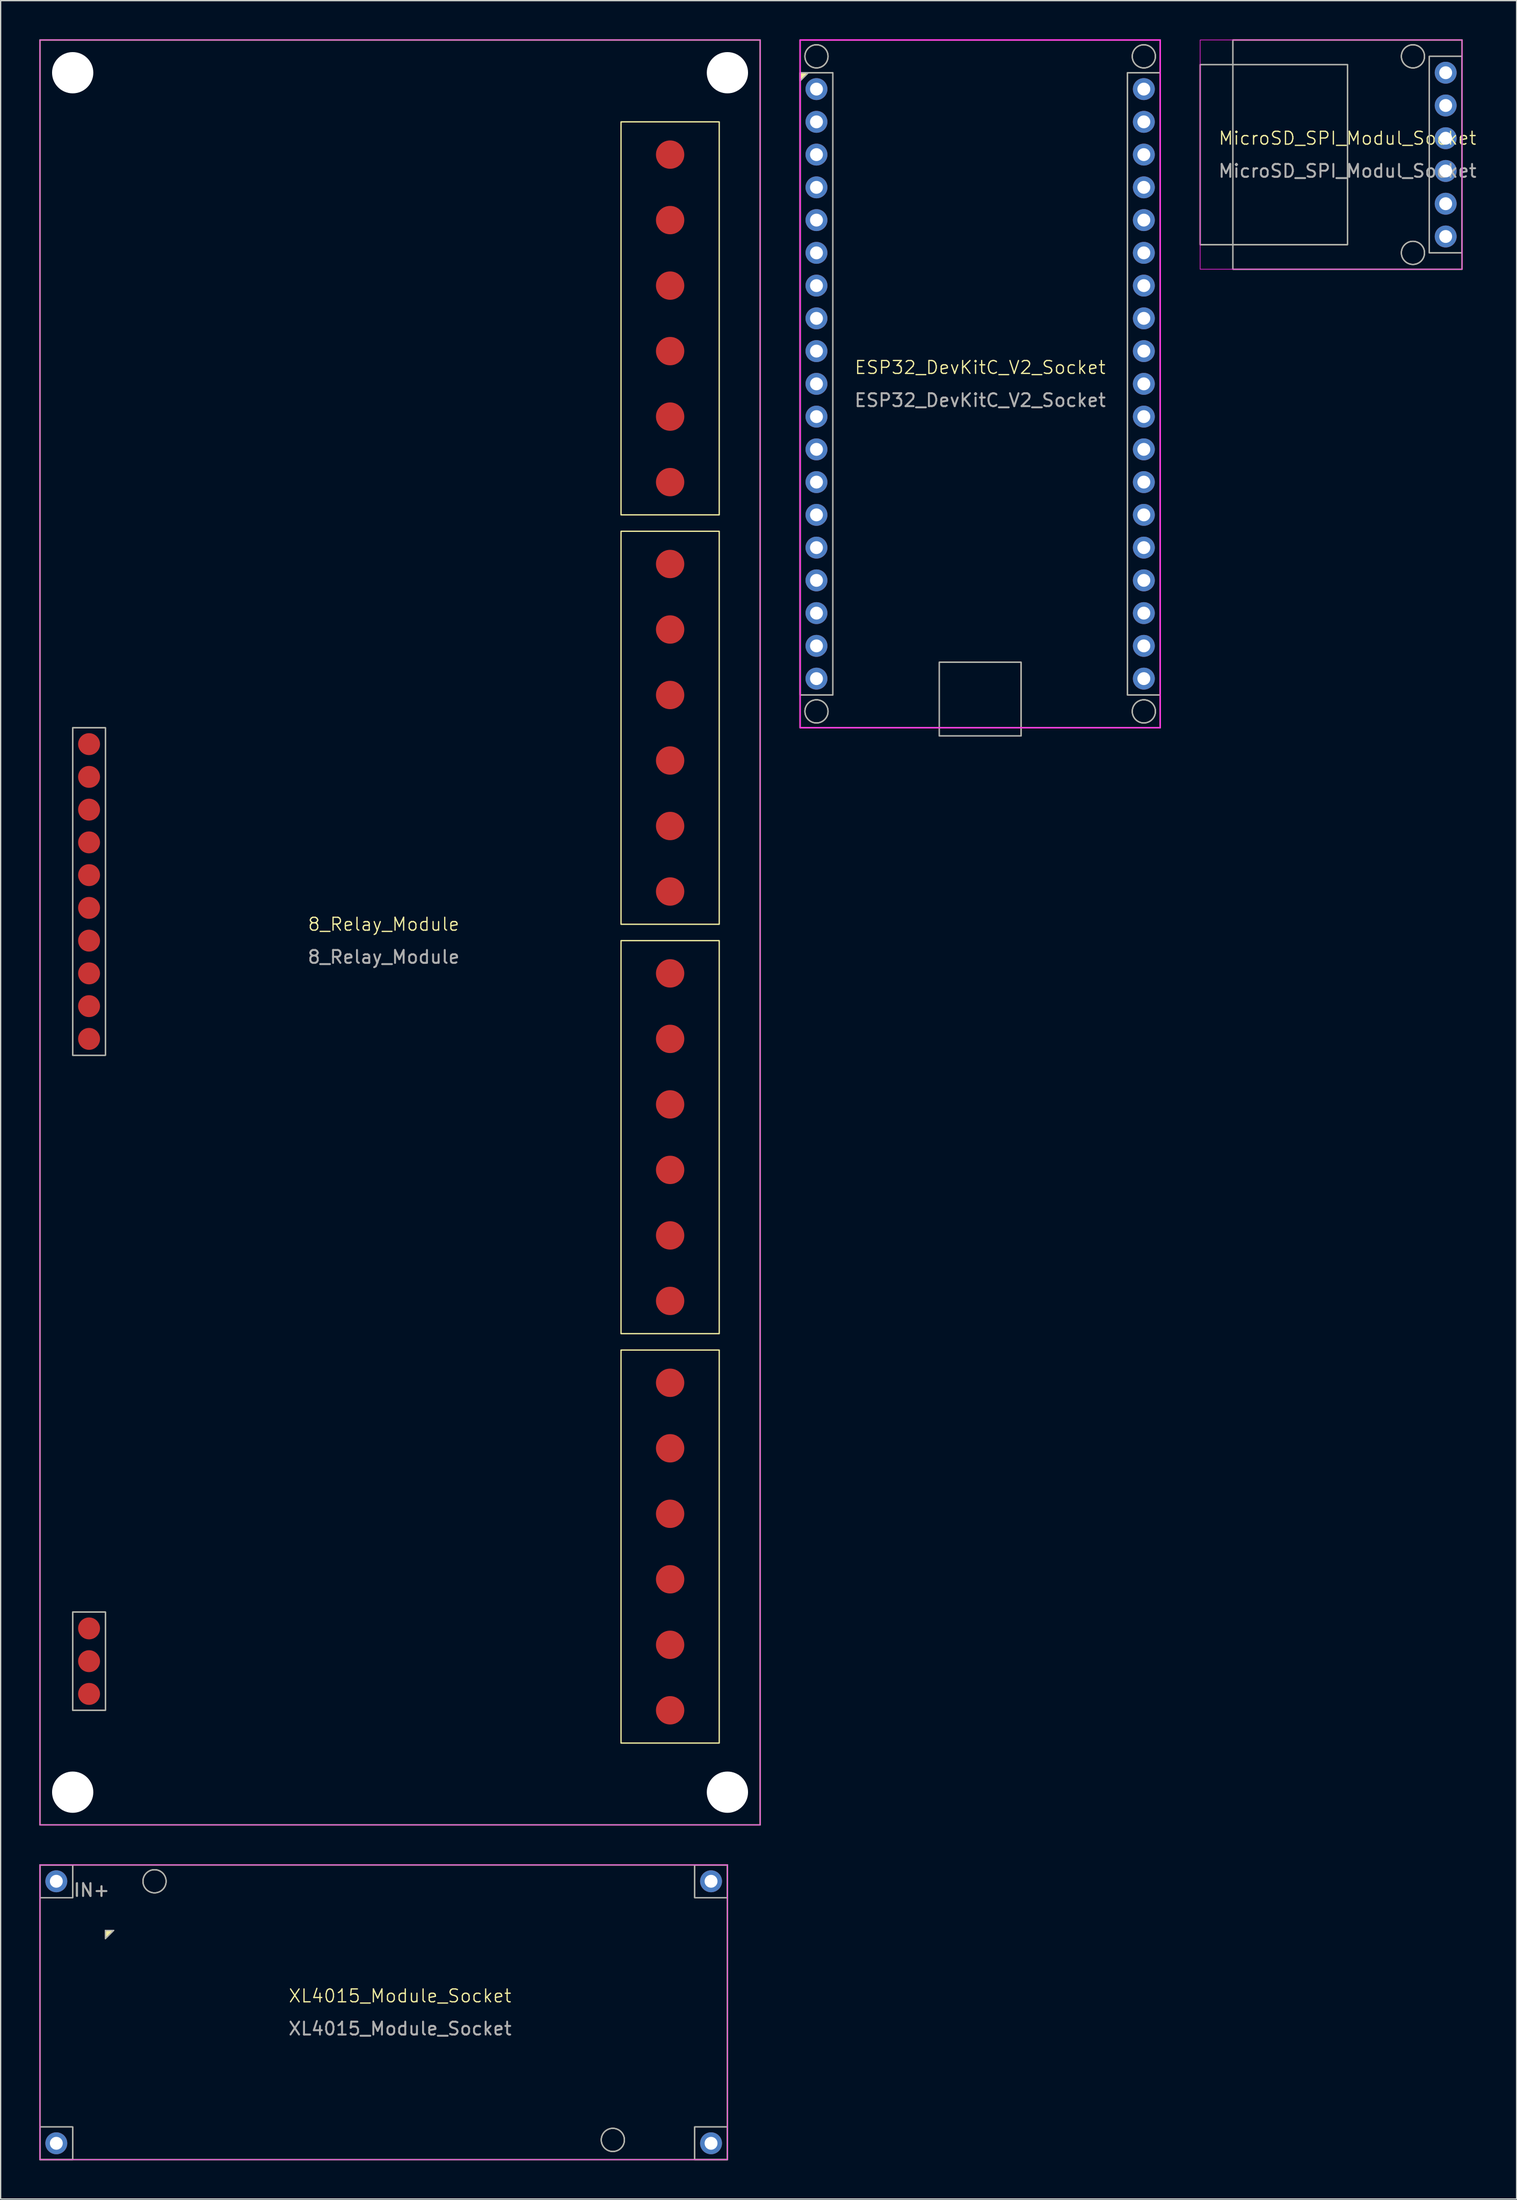
<source format=kicad_pcb>
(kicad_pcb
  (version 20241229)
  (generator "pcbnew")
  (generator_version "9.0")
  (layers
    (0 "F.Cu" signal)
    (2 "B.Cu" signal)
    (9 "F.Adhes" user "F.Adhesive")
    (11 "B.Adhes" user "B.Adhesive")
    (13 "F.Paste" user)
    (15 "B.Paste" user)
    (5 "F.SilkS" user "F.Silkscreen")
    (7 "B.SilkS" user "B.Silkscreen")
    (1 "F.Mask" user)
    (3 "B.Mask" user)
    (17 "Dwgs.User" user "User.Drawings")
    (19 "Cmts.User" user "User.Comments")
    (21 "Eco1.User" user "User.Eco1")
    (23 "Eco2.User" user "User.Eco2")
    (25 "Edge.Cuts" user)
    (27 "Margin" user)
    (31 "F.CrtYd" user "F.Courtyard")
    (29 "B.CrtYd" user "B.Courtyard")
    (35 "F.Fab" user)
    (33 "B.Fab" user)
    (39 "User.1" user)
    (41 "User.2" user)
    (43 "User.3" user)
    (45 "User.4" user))
  (footprint "8_Relay_Module"
    (layer "F.Cu")
    (at 26.72 69.9)
    (property "Reference" "8_Relay_Module" (at 0 -1.27 0) (unlocked yes) (layer "F.SilkS") (effects (font (size 1 1) (thickness 0.1))))
    (attr through_hole)
    (fp_rect (start -26.67 -69.85) (end 29.21 68.58) (stroke (width 0.1) (type default)) (fill no) (layer "F.SilkS"))
    (fp_rect (start -24.13 -16.51) (end -21.59 8.89) (stroke (width 0.1) (type default)) (fill no) (layer "F.SilkS"))
    (fp_rect (start -24.13 52.07) (end -21.59 59.69) (stroke (width 0.1) (type default)) (fill no) (layer "F.SilkS"))
    (fp_rect (start 18.415 -63.5) (end 26.035 -33.02) (stroke (width 0.1) (type default)) (fill no) (layer "F.SilkS"))
    (fp_rect (start 18.415 -31.75) (end 26.035 -1.27) (stroke (width 0.1) (type default)) (fill no) (layer "F.SilkS"))
    (fp_rect (start 18.415 0) (end 26.035 30.48) (stroke (width 0.1) (type default)) (fill no) (layer "F.SilkS"))
    (fp_rect (start 18.415 31.75) (end 26.035 62.23) (stroke (width 0.1) (type default)) (fill no) (layer "F.SilkS"))
    (fp_rect (start -26.67 -69.85) (end 29.21 68.58) (stroke (width 0.05) (type default)) (fill no) (layer "F.CrtYd"))
    (fp_rect (start -26.67 -69.85) (end 29.21 68.58) (stroke (width 0.1) (type default)) (fill no) (layer "F.Fab"))
    (fp_rect (start -24.13 -16.51) (end -21.59 8.89) (stroke (width 0.1) (type default)) (fill no) (layer "F.Fab"))
    (fp_rect (start -24.13 52.07) (end -21.59 59.69) (stroke (width 0.1) (type default)) (fill no) (layer "F.Fab"))
    (fp_text user "${REFERENCE}" (at 0 1.27 0) (unlocked yes) (layer "F.Fab") (effects (font (size 1 1) (thickness 0.15))))
    (pad "" np_thru_hole circle (at -24.13 -67.31) (size 3.2 3.2) (drill 3.2) (layers "*.Cu" "*.Mask"))
    (pad "" np_thru_hole circle (at -24.13 66.04) (size 3.2 3.2) (drill 3.2) (layers "*.Cu" "*.Mask"))
    (pad "" np_thru_hole circle (at 26.67 -67.31) (size 3.2 3.2) (drill 3.2) (layers "*.Cu" "*.Mask"))
    (pad "" np_thru_hole circle (at 26.67 66.04) (size 3.2 3.2) (drill 3.2) (layers "*.Cu" "*.Mask"))
    (pad "1" connect circle (at -22.86 -15.24) (size 1.7 1.7) (layers "F.Cu" "F.Mask"))
    (pad "2" connect circle (at -22.86 -12.7) (size 1.7 1.7) (layers "F.Cu" "F.Mask"))
    (pad "3" connect circle (at -22.86 -10.16) (size 1.7 1.7) (layers "F.Cu" "F.Mask"))
    (pad "4" connect circle (at -22.86 -7.62) (size 1.7 1.7) (layers "F.Cu" "F.Mask"))
    (pad "5" connect circle (at -22.86 -5.08) (size 1.7 1.7) (layers "F.Cu" "F.Mask"))
    (pad "6" connect circle (at -22.86 -2.54) (size 1.7 1.7) (layers "F.Cu" "F.Mask"))
    (pad "7" connect circle (at -22.86 0) (size 1.7 1.7) (layers "F.Cu" "F.Mask"))
    (pad "8" connect circle (at -22.86 2.54) (size 1.7 1.7) (layers "F.Cu" "F.Mask"))
    (pad "9" connect circle (at -22.86 5.08) (size 1.7 1.7) (layers "F.Cu" "F.Mask"))
    (pad "10" connect circle (at -22.86 7.62) (size 1.7 1.7) (layers "F.Cu" "F.Mask"))
    (pad "11" connect circle (at 22.225 -60.96) (size 2.2 2.2) (layers "F.Cu" "F.Mask"))
    (pad "12" connect circle (at 22.225 -55.88) (size 2.2 2.2) (layers "F.Cu" "F.Mask"))
    (pad "13" connect circle (at 22.225 -50.8) (size 2.2 2.2) (layers "F.Cu" "F.Mask"))
    (pad "14" connect circle (at 22.225 -45.72) (size 2.2 2.2) (layers "F.Cu" "F.Mask"))
    (pad "15" connect circle (at 22.225 -40.64) (size 2.2 2.2) (layers "F.Cu" "F.Mask"))
    (pad "16" connect circle (at 22.225 -35.56) (size 2.2 2.2) (layers "F.Cu" "F.Mask"))
    (pad "17" connect circle (at 22.225 -29.21) (size 2.2 2.2) (layers "F.Cu" "F.Mask"))
    (pad "18" connect circle (at 22.225 -24.13) (size 2.2 2.2) (layers "F.Cu" "F.Mask"))
    (pad "19" connect circle (at 22.225 -19.05) (size 2.2 2.2) (layers "F.Cu" "F.Mask"))
    (pad "20" connect circle (at 22.225 -13.97) (size 2.2 2.2) (layers "F.Cu" "F.Mask"))
    (pad "21" connect circle (at 22.225 -8.89) (size 2.2 2.2) (layers "F.Cu" "F.Mask"))
    (pad "22" connect circle (at 22.225 -3.81) (size 2.2 2.2) (layers "F.Cu" "F.Mask"))
    (pad "23" connect circle (at 22.225 2.54) (size 2.2 2.2) (layers "F.Cu" "F.Mask"))
    (pad "24" connect circle (at 22.225 7.62) (size 2.2 2.2) (layers "F.Cu" "F.Mask"))
    (pad "25" connect circle (at 22.225 12.7) (size 2.2 2.2) (layers "F.Cu" "F.Mask"))
    (pad "26" connect circle (at 22.225 17.78) (size 2.2 2.2) (layers "F.Cu" "F.Mask"))
    (pad "27" connect circle (at 22.225 22.86) (size 2.2 2.2) (layers "F.Cu" "F.Mask"))
    (pad "28" connect circle (at 22.225 27.94) (size 2.2 2.2) (layers "F.Cu" "F.Mask"))
    (pad "29" connect circle (at 22.225 34.29) (size 2.2 2.2) (layers "F.Cu" "F.Mask"))
    (pad "30" connect circle (at 22.225 39.37) (size 2.2 2.2) (layers "F.Cu" "F.Mask"))
    (pad "31" connect circle (at 22.225 44.45) (size 2.2 2.2) (layers "F.Cu" "F.Mask"))
    (pad "32" connect circle (at 22.225 49.53) (size 2.2 2.2) (layers "F.Cu" "F.Mask"))
    (pad "33" connect circle (at 22.225 54.61) (size 2.2 2.2) (layers "F.Cu" "F.Mask"))
    (pad "34" connect circle (at 22.225 59.69) (size 2.2 2.2) (layers "F.Cu" "F.Mask"))
    (pad "35" connect circle (at -22.86 53.34) (size 1.7 1.7) (layers "F.Cu" "F.Mask"))
    (pad "36" connect circle (at -22.86 55.88) (size 1.7 1.7) (layers "F.Cu" "F.Mask"))
    (pad "37" connect circle (at -22.86 58.42) (size 1.7 1.7) (layers "F.Cu" "F.Mask")))
  (footprint "ESP32_DevKitC_V2_Socket"
    (layer "F.Cu")
    (at 73 26.72)
    (property "Reference" "ESP32_DevKitC_V2_Socket" (at 0 -1.27 0) (unlocked yes) (layer "F.SilkS") (effects (font (size 1 1) (thickness 0.1))))
    (attr through_hole)
    (fp_rect (start -13.97 -26.67) (end 13.97 26.67) (stroke (width 0.1) (type default)) (fill no) (layer "F.SilkS"))
    (fp_rect (start -13.97 -24.13) (end -11.43 24.13) (stroke (width 0.1) (type default)) (fill no) (layer "F.SilkS"))
    (fp_rect (start -3.175 21.59) (end 3.175 27.305) (stroke (width 0.1) (type default)) (fill no) (layer "F.SilkS"))
    (fp_rect (start 11.43 -24.13) (end 13.97 24.13) (stroke (width 0.1) (type default)) (fill no) (layer "F.SilkS"))
    (fp_circle (center -12.7 -25.4) (end -12.065 -24.765) (stroke (width 0.1) (type default)) (fill no) (layer "F.SilkS"))
    (fp_circle (center -12.7 25.4) (end -12.065 26.035) (stroke (width 0.1) (type default)) (fill no) (layer "F.SilkS"))
    (fp_circle (center 12.7 -25.4) (end 13.335 -24.765) (stroke (width 0.1) (type default)) (fill no) (layer "F.SilkS"))
    (fp_circle (center 12.7 25.4) (end 13.335 26.035) (stroke (width 0.1) (type default)) (fill no) (layer "F.SilkS"))
    (fp_poly (pts (xy -13.97 -24.13) (xy -13.335 -24.13) (xy -13.97 -23.495)) (stroke (width 0.1) (type solid)) (fill yes) (layer "F.SilkS"))
    (fp_rect (start -13.97 -26.67) (end 13.97 26.67) (stroke (width 0.1) (type solid)) (fill no) (layer "F.CrtYd"))
    (fp_rect (start -13.97 -26.67) (end 13.97 26.67) (stroke (width 0.1) (type default)) (fill no) (layer "F.Fab"))
    (fp_rect (start -13.97 -24.13) (end -11.43 24.13) (stroke (width 0.1) (type default)) (fill no) (layer "F.Fab"))
    (fp_rect (start -3.175 21.59) (end 3.175 27.305) (stroke (width 0.1) (type default)) (fill no) (layer "F.Fab"))
    (fp_rect (start 11.43 -24.13) (end 13.97 24.13) (stroke (width 0.1) (type default)) (fill no) (layer "F.Fab"))
    (fp_circle (center -12.7 -25.4) (end -12.065 -24.765) (stroke (width 0.1) (type default)) (fill no) (layer "F.Fab"))
    (fp_circle (center -12.7 25.4) (end -12.065 26.035) (stroke (width 0.1) (type default)) (fill no) (layer "F.Fab"))
    (fp_circle (center 12.7 -25.4) (end 13.335 -24.765) (stroke (width 0.1) (type default)) (fill no) (layer "F.Fab"))
    (fp_circle (center 12.7 25.4) (end 13.335 26.035) (stroke (width 0.1) (type default)) (fill no) (layer "F.Fab"))
    (fp_poly (pts (xy -13.97 -24.13) (xy -13.335 -24.13) (xy -13.97 -23.495)) (stroke (width 0.1) (type solid)) (fill no) (layer "F.Fab"))
    (fp_text user "${REFERENCE}" (at 0 1.27 0) (unlocked yes) (layer "F.Fab") (effects (font (size 1 1) (thickness 0.15))))
    (pad "1" thru_hole circle (at -12.7 -22.86) (size 1.7 1.7) (drill 1) (layers "*.Cu" "*.Mask"))
    (pad "2" thru_hole circle (at -12.7 -20.32) (size 1.7 1.7) (drill 1) (layers "*.Cu" "*.Mask"))
    (pad "3" thru_hole circle (at -12.7 -17.78) (size 1.7 1.7) (drill 1) (layers "*.Cu" "*.Mask"))
    (pad "4" thru_hole circle (at -12.7 -15.24) (size 1.7 1.7) (drill 1) (layers "*.Cu" "*.Mask"))
    (pad "5" thru_hole circle (at -12.7 -12.7) (size 1.7 1.7) (drill 1) (layers "*.Cu" "*.Mask"))
    (pad "6" thru_hole circle (at -12.7 -10.16) (size 1.7 1.7) (drill 1) (layers "*.Cu" "*.Mask"))
    (pad "7" thru_hole circle (at -12.7 -7.62) (size 1.7 1.7) (drill 1) (layers "*.Cu" "*.Mask"))
    (pad "8" thru_hole circle (at -12.7 -5.08) (size 1.7 1.7) (drill 1) (layers "*.Cu" "*.Mask"))
    (pad "9" thru_hole circle (at -12.7 -2.54) (size 1.7 1.7) (drill 1) (layers "*.Cu" "*.Mask"))
    (pad "10" thru_hole circle (at -12.7 0) (size 1.7 1.7) (drill 1) (layers "*.Cu" "*.Mask"))
    (pad "11" thru_hole circle (at -12.7 2.54) (size 1.7 1.7) (drill 1) (layers "*.Cu" "*.Mask"))
    (pad "12" thru_hole circle (at -12.7 5.08) (size 1.7 1.7) (drill 1) (layers "*.Cu" "*.Mask"))
    (pad "13" thru_hole circle (at -12.7 7.62) (size 1.7 1.7) (drill 1) (layers "*.Cu" "*.Mask"))
    (pad "14" thru_hole circle (at -12.7 10.16) (size 1.7 1.7) (drill 1) (layers "*.Cu" "*.Mask"))
    (pad "15" thru_hole circle (at -12.7 12.7) (size 1.7 1.7) (drill 1) (layers "*.Cu" "*.Mask"))
    (pad "16" thru_hole circle (at -12.7 15.24) (size 1.7 1.7) (drill 1) (layers "*.Cu" "*.Mask"))
    (pad "17" thru_hole circle (at -12.7 17.78) (size 1.7 1.7) (drill 1) (layers "*.Cu" "*.Mask"))
    (pad "18" thru_hole circle (at -12.7 20.32) (size 1.7 1.7) (drill 1) (layers "*.Cu" "*.Mask"))
    (pad "19" thru_hole circle (at -12.7 22.86) (size 1.7 1.7) (drill 1) (layers "*.Cu" "*.Mask"))
    (pad "20" thru_hole circle (at 12.7 22.86) (size 1.7 1.7) (drill 1) (layers "*.Cu" "*.Mask"))
    (pad "21" thru_hole circle (at 12.7 20.32) (size 1.7 1.7) (drill 1) (layers "*.Cu" "*.Mask"))
    (pad "22" thru_hole circle (at 12.7 17.78) (size 1.7 1.7) (drill 1) (layers "*.Cu" "*.Mask"))
    (pad "23" thru_hole circle (at 12.7 15.24) (size 1.7 1.7) (drill 1) (layers "*.Cu" "*.Mask"))
    (pad "24" thru_hole circle (at 12.7 12.7) (size 1.7 1.7) (drill 1) (layers "*.Cu" "*.Mask"))
    (pad "25" thru_hole circle (at 12.7 10.16) (size 1.7 1.7) (drill 1) (layers "*.Cu" "*.Mask"))
    (pad "26" thru_hole circle (at 12.7 7.62) (size 1.7 1.7) (drill 1) (layers "*.Cu" "*.Mask"))
    (pad "27" thru_hole circle (at 12.7 5.08) (size 1.7 1.7) (drill 1) (layers "*.Cu" "*.Mask"))
    (pad "28" thru_hole circle (at 12.7 2.54) (size 1.7 1.7) (drill 1) (layers "*.Cu" "*.Mask"))
    (pad "29" thru_hole circle (at 12.7 0) (size 1.7 1.7) (drill 1) (layers "*.Cu" "*.Mask"))
    (pad "30" thru_hole circle (at 12.7 -2.54) (size 1.7 1.7) (drill 1) (layers "*.Cu" "*.Mask"))
    (pad "31" thru_hole circle (at 12.7 -5.08) (size 1.7 1.7) (drill 1) (layers "*.Cu" "*.Mask"))
    (pad "32" thru_hole circle (at 12.7 -7.62) (size 1.7 1.7) (drill 1) (layers "*.Cu" "*.Mask"))
    (pad "33" thru_hole circle (at 12.7 -10.16) (size 1.7 1.7) (drill 1) (layers "*.Cu" "*.Mask"))
    (pad "34" thru_hole circle (at 12.7 -12.7) (size 1.7 1.7) (drill 1) (layers "*.Cu" "*.Mask"))
    (pad "35" thru_hole circle (at 12.7 -15.24) (size 1.7 1.7) (drill 1) (layers "*.Cu" "*.Mask"))
    (pad "36" thru_hole circle (at 12.7 -17.78) (size 1.7 1.7) (drill 1) (layers "*.Cu" "*.Mask"))
    (pad "37" thru_hole circle (at 12.7 -20.32) (size 1.7 1.7) (drill 1) (layers "*.Cu" "*.Mask"))
    (pad "38" thru_hole circle (at 12.7 -22.86) (size 1.7 1.7) (drill 1) (layers "*.Cu" "*.Mask")))
  (footprint "MicroSD_SPI_Modul_Socket"
    (layer "F.Cu")
    (at 101.5 7.67)
    (property "Reference" "MicroSD_SPI_Modul_Socket" (at 0 0 0) (unlocked yes) (layer "F.SilkS") (effects (font (size 1 1) (thickness 0.1))))
    (attr through_hole)
    (fp_rect (start -11.43 -5.715) (end 0 8.255) (stroke (width 0.1) (type default)) (fill no) (layer "F.SilkS"))
    (fp_rect (start -8.89 -7.62) (end 8.89 10.16) (stroke (width 0.1) (type default)) (fill no) (layer "F.SilkS"))
    (fp_rect (start 6.35 -6.35) (end 8.89 8.89) (stroke (width 0.1) (type default)) (fill no) (layer "F.SilkS"))
    (fp_circle (center 5.08 -6.35) (end 5.715 -5.715) (stroke (width 0.1) (type default)) (fill no) (layer "F.SilkS"))
    (fp_circle (center 5.08 8.89) (end 5.715 9.525) (stroke (width 0.1) (type default)) (fill no) (layer "F.SilkS"))
    (fp_rect (start -11.43 -7.62) (end 8.89 10.16) (stroke (width 0.05) (type default)) (fill no) (layer "F.CrtYd"))
    (fp_rect (start -11.43 -5.715) (end 0 8.255) (stroke (width 0.1) (type default)) (fill no) (layer "F.Fab"))
    (fp_rect (start -8.89 -7.62) (end 8.89 10.16) (stroke (width 0.1) (type default)) (fill no) (layer "F.Fab"))
    (fp_rect (start 6.35 -6.35) (end 8.89 8.89) (stroke (width 0.1) (type default)) (fill no) (layer "F.Fab"))
    (fp_circle (center 5.08 -6.35) (end 5.715 -5.715) (stroke (width 0.1) (type default)) (fill no) (layer "F.Fab"))
    (fp_circle (center 5.08 8.89) (end 5.715 9.525) (stroke (width 0.1) (type default)) (fill no) (layer "F.Fab"))
    (fp_text user "${REFERENCE}" (at 0 2.54 0) (unlocked yes) (layer "F.Fab") (effects (font (size 1 1) (thickness 0.15))))
    (pad "1" thru_hole circle (at 7.62 7.62) (size 1.7 1.7) (drill 1) (layers "*.Cu" "*.Mask"))
    (pad "2" thru_hole circle (at 7.62 5.08) (size 1.7 1.7) (drill 1) (layers "*.Cu" "*.Mask"))
    (pad "3" thru_hole circle (at 7.62 2.54) (size 1.7 1.7) (drill 1) (layers "*.Cu" "*.Mask"))
    (pad "4" thru_hole circle (at 7.62 0) (size 1.7 1.7) (drill 1) (layers "*.Cu" "*.Mask"))
    (pad "5" thru_hole circle (at 7.62 -2.54) (size 1.7 1.7) (drill 1) (layers "*.Cu" "*.Mask"))
    (pad "6" thru_hole circle (at 7.62 -5.08) (size 1.7 1.7) (drill 1) (layers "*.Cu" "*.Mask")))
  (footprint "XL4015_Module_Socket"
    (layer "F.Cu")
    (at 27.99 153.01)
    (property "Reference" "XL4015_Module_Socket" (at 0 -1.27 0) (unlocked yes) (layer "F.SilkS") (effects (font (size 1 1) (thickness 0.1))))
    (attr through_hole)
    (fp_rect (start -27.94 -11.43) (end -25.4 -8.89) (stroke (width 0.1) (type default)) (fill no) (layer "F.SilkS"))
    (fp_rect (start -27.94 -11.43) (end 25.4 11.43) (stroke (width 0.1) (type default)) (fill no) (layer "F.SilkS"))
    (fp_rect (start -27.94 8.89) (end -25.4 11.43) (stroke (width 0.1) (type default)) (fill no) (layer "F.SilkS"))
    (fp_rect (start 22.86 -11.43) (end 25.4 -8.89) (stroke (width 0.1) (type default)) (fill no) (layer "F.SilkS"))
    (fp_rect (start 22.86 8.89) (end 25.4 11.43) (stroke (width 0.1) (type default)) (fill no) (layer "F.SilkS"))
    (fp_circle (center -19.05 -10.16) (end -18.415 -9.525) (stroke (width 0.1) (type default)) (fill no) (layer "F.SilkS"))
    (fp_circle (center 16.51 9.897) (end 17.145 10.532) (stroke (width 0.1) (type default)) (fill no) (layer "F.SilkS"))
    (fp_poly (pts (xy -22.86 -6.35) (xy -22.225 -6.35) (xy -22.86 -5.715)) (stroke (width 0.1) (type solid)) (fill yes) (layer "F.SilkS"))
    (fp_rect (start -27.94 -11.43) (end 25.4 11.43) (stroke (width 0.05) (type default)) (fill no) (layer "F.CrtYd"))
    (fp_rect (start -27.94 -11.43) (end -25.4 -8.89) (stroke (width 0.1) (type default)) (fill no) (layer "F.Fab"))
    (fp_rect (start -27.94 -11.43) (end 25.4 11.43) (stroke (width 0.1) (type default)) (fill no) (layer "F.Fab"))
    (fp_rect (start -27.94 8.89) (end -25.4 11.43) (stroke (width 0.1) (type default)) (fill no) (layer "F.Fab"))
    (fp_rect (start 22.86 -11.43) (end 25.4 -8.89) (stroke (width 0.1) (type default)) (fill no) (layer "F.Fab"))
    (fp_rect (start 22.86 8.89) (end 25.4 11.43) (stroke (width 0.1) (type default)) (fill no) (layer "F.Fab"))
    (fp_circle (center -19.05 -10.16) (end -18.415 -9.525) (stroke (width 0.1) (type default)) (fill no) (layer "F.Fab"))
    (fp_circle (center 16.51 9.897) (end 17.145 9.262) (stroke (width 0.1) (type default)) (fill no) (layer "F.Fab"))
    (fp_poly (pts (xy -22.86 -6.35) (xy -22.225 -6.35) (xy -22.86 -5.715)) (stroke (width 0.1) (type solid)) (fill no) (layer "F.Fab"))
    (fp_text user "IN+" (at -25.4 -8.89 0) (unlocked yes) (layer "F.SilkS") (effects (font (size 1 1) (thickness 0.1)) (justify left bottom)))
    (fp_text user "IN+" (at -25.4 -8.89 0) (unlocked yes) (layer "F.Fab") (effects (font (size 1 1) (thickness 0.15)) (justify left bottom)))
    (fp_text user "${REFERENCE}" (at 0 1.27 0) (unlocked yes) (layer "F.Fab") (effects (font (size 1 1) (thickness 0.15))))
    (pad "1" thru_hole circle (at -26.67 -10.16) (size 1.7 1.7) (drill 1) (layers "*.Cu" "*.Mask"))
    (pad "2" thru_hole circle (at -26.67 10.16) (size 1.7 1.7) (drill 1) (layers "*.Cu" "*.Mask"))
    (pad "3" thru_hole circle (at 24.13 -10.16) (size 1.7 1.7) (drill 1) (layers "*.Cu" "*.Mask"))
    (pad "4" thru_hole circle (at 24.13 10.16) (size 1.7 1.7) (drill 1) (layers "*.Cu" "*.Mask")))
  (gr_rect
    (start -3 -3)
    (end 114.625 167.49)
    (stroke (width 0.1) (type default))
    (fill no)
    (layer "Edge.Cuts")))
</source>
